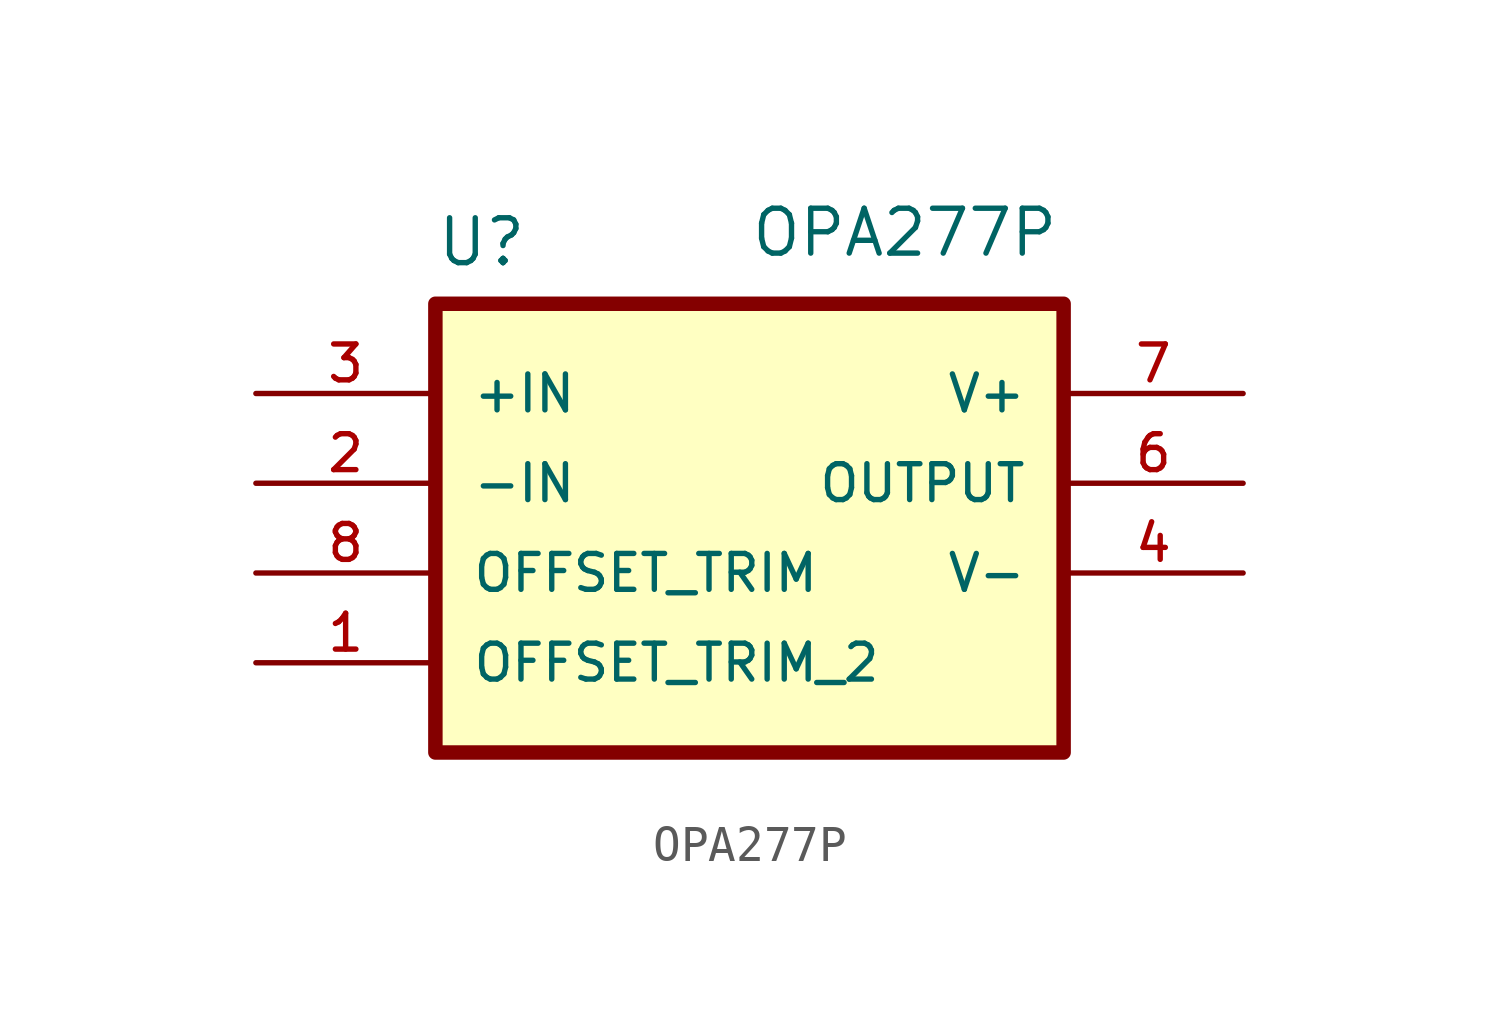
<source format=kicad_sym>
(kicad_symbol_lib
  (version 20220914)
  (generator kicad_symbol_editor)
  (symbol "OPA277P"
    (pin_names
      (offset 1.016))
    (property "Reference" "U"
      (at -17.78 16.24 0)
      (effects (font (size 1.27 1.27)) (justify left bottom)))
    (property "Value" "OPA277P"
      (at -8.89 16.51 0)
      (effects (font (size 1.27 1.27)) (justify left bottom)))
    (symbol "OPA277P_0_0"
      (rectangle (start -17.78 15.24) (end 0 2.54) (stroke (width 0.41) (type default)) (fill (type background)))
      (pin bidirectional line (at -22.86 5.08 0) (length 5.08) (name "OFFSET_TRIM_2" (effects (font (size 1.016 1.016)))) (number "1" (effects (font (size 1.016 1.016)))))
      (pin input line (at -22.86 10.16 0) (length 5.08) (name "-IN" (effects (font (size 1.016 1.016)))) (number "2" (effects (font (size 1.016 1.016)))))
      (pin input line (at -22.86 12.7 0) (length 5.08) (name "+IN" (effects (font (size 1.016 1.016)))) (number "3" (effects (font (size 1.016 1.016)))))
      (pin power_in line (at 5.08 7.62 180) (length 5.08) (name "V-" (effects (font (size 1.016 1.016)))) (number "4" (effects (font (size 1.016 1.016)))))
      (pin output line (at 5.08 10.16 180) (length 5.08) (name "OUTPUT" (effects (font (size 1.016 1.016)))) (number "6" (effects (font (size 1.016 1.016)))))
      (pin power_in line (at 5.08 12.7 180) (length 5.08) (name "V+" (effects (font (size 1.016 1.016)))) (number "7" (effects (font (size 1.016 1.016)))))
      (pin bidirectional line (at -22.86 7.62 0) (length 5.08) (name "OFFSET_TRIM" (effects (font (size 1.016 1.016)))) (number "8" (effects (font (size 1.016 1.016))))))))
</source>
